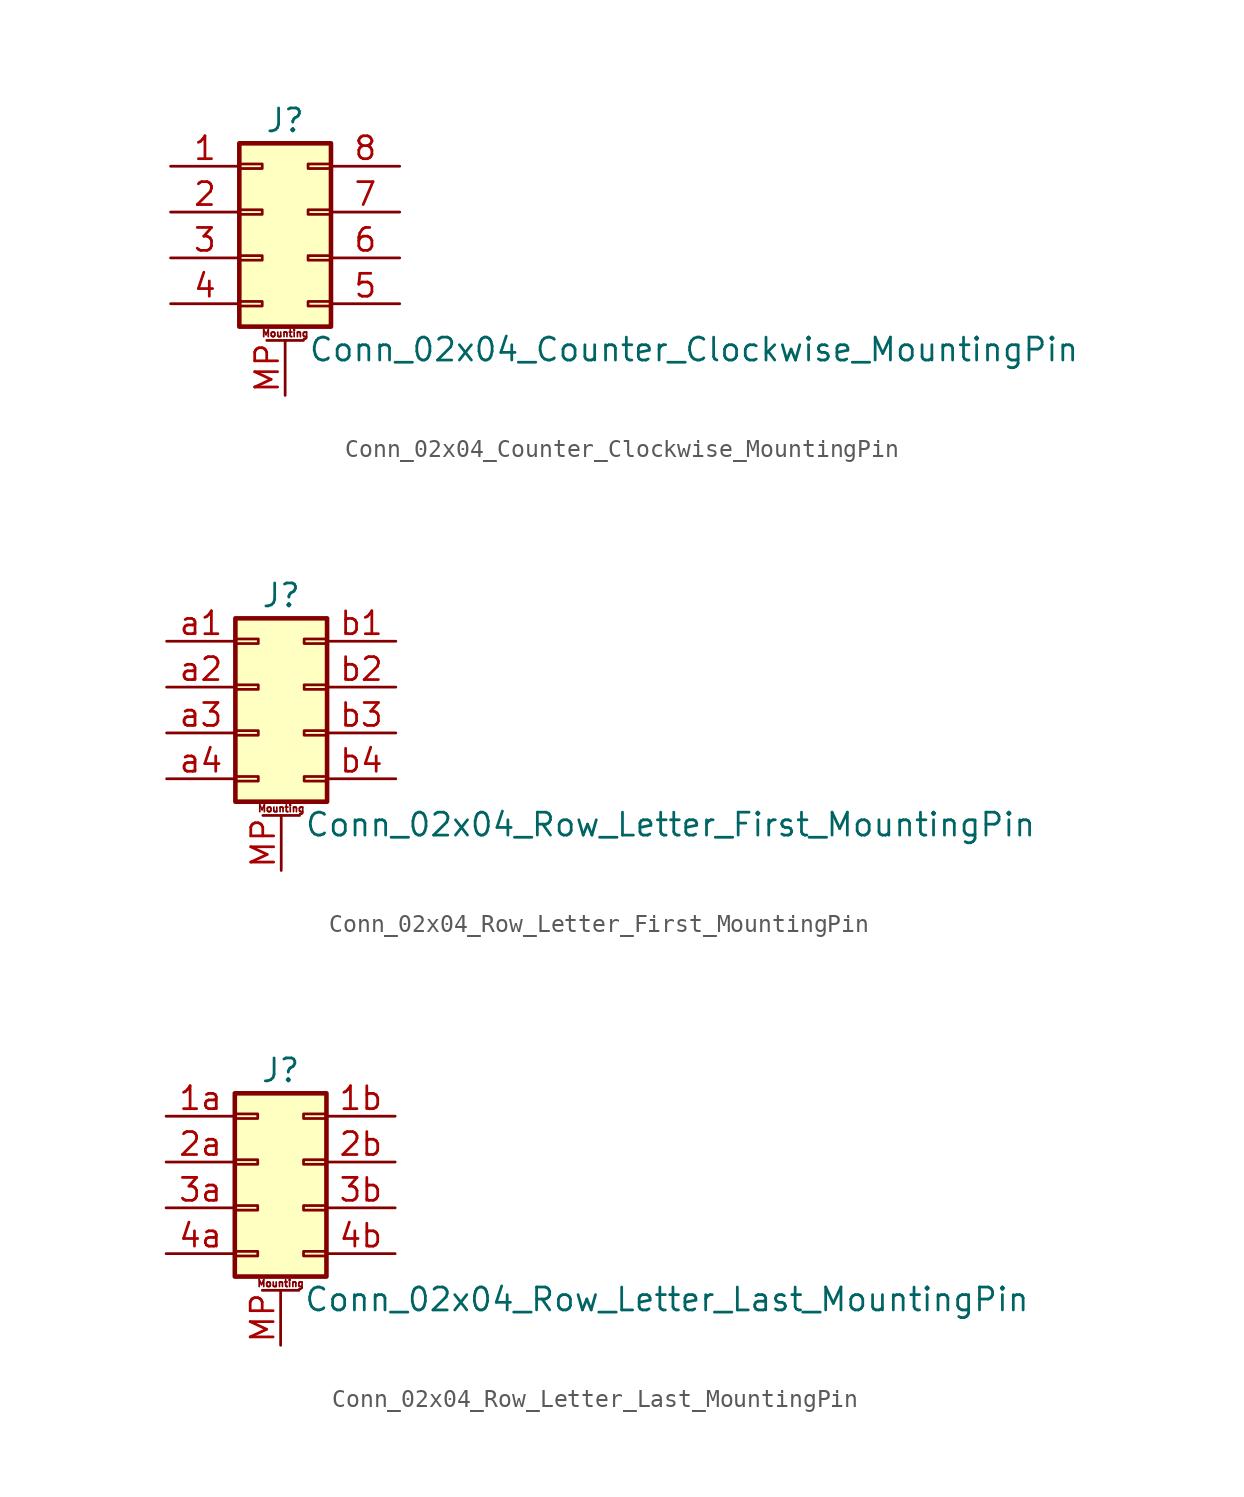
<source format=kicad_sym>
(kicad_symbol_lib
  (version 20211014)
  (generator kicad_symbol_editor)
  (symbol "Conn_02x04_Counter_Clockwise_MountingPin"
    (pin_names
      (offset 1.016) hide)
    (property "Reference" "J"
      (at 1.27 5.08 0)
      (effects (font (size 1.27 1.27))))
    (property "Value" "Conn_02x04_Counter_Clockwise_MountingPin"
      (at 2.54 -7.62 0)
      (effects (font (size 1.27 1.27)) (justify left)))
    (symbol "Conn_02x04_Counter_Clockwise_MountingPin_1_1"
      (rectangle (start -1.27 -4.953) (end 0 -5.207) (stroke (width 0.152) (type default) (color 0 0 0 0)) (fill (type none)))
      (rectangle (start -1.27 -2.413) (end 0 -2.667) (stroke (width 0.152) (type default) (color 0 0 0 0)) (fill (type none)))
      (rectangle (start -1.27 0.127) (end 0 -0.127) (stroke (width 0.152) (type default) (color 0 0 0 0)) (fill (type none)))
      (rectangle (start -1.27 2.667) (end 0 2.413) (stroke (width 0.152) (type default) (color 0 0 0 0)) (fill (type none)))
      (rectangle (start -1.27 3.81) (end 3.81 -6.35) (stroke (width 0.254) (type default) (color 0 0 0 0)) (fill (type background)))
      (polyline (pts (xy 0.254 -7.112) (xy 2.286 -7.112)) (stroke (width 0.152) (type default) (color 0 0 0 0)) (fill (type none)))
      (rectangle (start 3.81 -4.953) (end 2.54 -5.207) (stroke (width 0.152) (type default) (color 0 0 0 0)) (fill (type none)))
      (rectangle (start 3.81 -2.413) (end 2.54 -2.667) (stroke (width 0.152) (type default) (color 0 0 0 0)) (fill (type none)))
      (rectangle (start 3.81 0.127) (end 2.54 -0.127) (stroke (width 0.152) (type default) (color 0 0 0 0)) (fill (type none)))
      (rectangle (start 3.81 2.667) (end 2.54 2.413) (stroke (width 0.152) (type default) (color 0 0 0 0)) (fill (type none)))
      (text "Mounting" (at 1.27 -6.731 0) (effects (font (size 0.381 0.381))))
      (pin passive line (at -5.08 2.54 0) (length 3.81) (name "Pin_1" (effects (font (size 1.27 1.27)))) (number "1" (effects (font (size 1.27 1.27)))))
      (pin passive line (at -5.08 0 0) (length 3.81) (name "Pin_2" (effects (font (size 1.27 1.27)))) (number "2" (effects (font (size 1.27 1.27)))))
      (pin passive line (at -5.08 -2.54 0) (length 3.81) (name "Pin_3" (effects (font (size 1.27 1.27)))) (number "3" (effects (font (size 1.27 1.27)))))
      (pin passive line (at -5.08 -5.08 0) (length 3.81) (name "Pin_4" (effects (font (size 1.27 1.27)))) (number "4" (effects (font (size 1.27 1.27)))))
      (pin passive line (at 7.62 -5.08 180) (length 3.81) (name "Pin_5" (effects (font (size 1.27 1.27)))) (number "5" (effects (font (size 1.27 1.27)))))
      (pin passive line (at 7.62 -2.54 180) (length 3.81) (name "Pin_6" (effects (font (size 1.27 1.27)))) (number "6" (effects (font (size 1.27 1.27)))))
      (pin passive line (at 7.62 0 180) (length 3.81) (name "Pin_7" (effects (font (size 1.27 1.27)))) (number "7" (effects (font (size 1.27 1.27)))))
      (pin passive line (at 7.62 2.54 180) (length 3.81) (name "Pin_8" (effects (font (size 1.27 1.27)))) (number "8" (effects (font (size 1.27 1.27)))))
      (pin passive line (at 1.27 -10.16 90) (length 3.048) (name "MountPin" (effects (font (size 1.27 1.27)))) (number "MP" (effects (font (size 1.27 1.27)))))))
  (symbol "Conn_02x04_Row_Letter_First_MountingPin"
    (pin_names
      (offset 1.016) hide)
    (property "Reference" "J"
      (at 1.27 5.08 0)
      (effects (font (size 1.27 1.27))))
    (property "Value" "Conn_02x04_Row_Letter_First_MountingPin"
      (at 2.54 -7.62 0)
      (effects (font (size 1.27 1.27)) (justify left)))
    (symbol "Conn_02x04_Row_Letter_First_MountingPin_1_1"
      (rectangle (start -1.27 -4.953) (end 0 -5.207) (stroke (width 0.152) (type default) (color 0 0 0 0)) (fill (type none)))
      (rectangle (start -1.27 -2.413) (end 0 -2.667) (stroke (width 0.152) (type default) (color 0 0 0 0)) (fill (type none)))
      (rectangle (start -1.27 0.127) (end 0 -0.127) (stroke (width 0.152) (type default) (color 0 0 0 0)) (fill (type none)))
      (rectangle (start -1.27 2.667) (end 0 2.413) (stroke (width 0.152) (type default) (color 0 0 0 0)) (fill (type none)))
      (rectangle (start -1.27 3.81) (end 3.81 -6.35) (stroke (width 0.254) (type default) (color 0 0 0 0)) (fill (type background)))
      (polyline (pts (xy 0.254 -7.112) (xy 2.286 -7.112)) (stroke (width 0.152) (type default) (color 0 0 0 0)) (fill (type none)))
      (rectangle (start 3.81 -4.953) (end 2.54 -5.207) (stroke (width 0.152) (type default) (color 0 0 0 0)) (fill (type none)))
      (rectangle (start 3.81 -2.413) (end 2.54 -2.667) (stroke (width 0.152) (type default) (color 0 0 0 0)) (fill (type none)))
      (rectangle (start 3.81 0.127) (end 2.54 -0.127) (stroke (width 0.152) (type default) (color 0 0 0 0)) (fill (type none)))
      (rectangle (start 3.81 2.667) (end 2.54 2.413) (stroke (width 0.152) (type default) (color 0 0 0 0)) (fill (type none)))
      (text "Mounting" (at 1.27 -6.731 0) (effects (font (size 0.381 0.381))))
      (pin passive line (at 1.27 -10.16 90) (length 3.048) (name "MountPin" (effects (font (size 1.27 1.27)))) (number "MP" (effects (font (size 1.27 1.27)))))
      (pin passive line (at -5.08 2.54 0) (length 3.81) (name "Pin_a1" (effects (font (size 1.27 1.27)))) (number "a1" (effects (font (size 1.27 1.27)))))
      (pin passive line (at -5.08 0 0) (length 3.81) (name "Pin_a2" (effects (font (size 1.27 1.27)))) (number "a2" (effects (font (size 1.27 1.27)))))
      (pin passive line (at -5.08 -2.54 0) (length 3.81) (name "Pin_a3" (effects (font (size 1.27 1.27)))) (number "a3" (effects (font (size 1.27 1.27)))))
      (pin passive line (at -5.08 -5.08 0) (length 3.81) (name "Pin_a4" (effects (font (size 1.27 1.27)))) (number "a4" (effects (font (size 1.27 1.27)))))
      (pin passive line (at 7.62 2.54 180) (length 3.81) (name "Pin_b1" (effects (font (size 1.27 1.27)))) (number "b1" (effects (font (size 1.27 1.27)))))
      (pin passive line (at 7.62 0 180) (length 3.81) (name "Pin_b2" (effects (font (size 1.27 1.27)))) (number "b2" (effects (font (size 1.27 1.27)))))
      (pin passive line (at 7.62 -2.54 180) (length 3.81) (name "Pin_b3" (effects (font (size 1.27 1.27)))) (number "b3" (effects (font (size 1.27 1.27)))))
      (pin passive line (at 7.62 -5.08 180) (length 3.81) (name "Pin_b4" (effects (font (size 1.27 1.27)))) (number "b4" (effects (font (size 1.27 1.27)))))))
  (symbol "Conn_02x04_Row_Letter_Last_MountingPin"
    (pin_names
      (offset 1.016) hide)
    (property "Reference" "J"
      (at 1.27 5.08 0)
      (effects (font (size 1.27 1.27))))
    (property "Value" "Conn_02x04_Row_Letter_Last_MountingPin"
      (at 2.54 -7.62 0)
      (effects (font (size 1.27 1.27)) (justify left)))
    (symbol "Conn_02x04_Row_Letter_Last_MountingPin_1_1"
      (rectangle (start -1.27 -4.953) (end 0 -5.207) (stroke (width 0.152) (type default) (color 0 0 0 0)) (fill (type none)))
      (rectangle (start -1.27 -2.413) (end 0 -2.667) (stroke (width 0.152) (type default) (color 0 0 0 0)) (fill (type none)))
      (rectangle (start -1.27 0.127) (end 0 -0.127) (stroke (width 0.152) (type default) (color 0 0 0 0)) (fill (type none)))
      (rectangle (start -1.27 2.667) (end 0 2.413) (stroke (width 0.152) (type default) (color 0 0 0 0)) (fill (type none)))
      (rectangle (start -1.27 3.81) (end 3.81 -6.35) (stroke (width 0.254) (type default) (color 0 0 0 0)) (fill (type background)))
      (polyline (pts (xy 0.254 -7.112) (xy 2.286 -7.112)) (stroke (width 0.152) (type default) (color 0 0 0 0)) (fill (type none)))
      (rectangle (start 3.81 -4.953) (end 2.54 -5.207) (stroke (width 0.152) (type default) (color 0 0 0 0)) (fill (type none)))
      (rectangle (start 3.81 -2.413) (end 2.54 -2.667) (stroke (width 0.152) (type default) (color 0 0 0 0)) (fill (type none)))
      (rectangle (start 3.81 0.127) (end 2.54 -0.127) (stroke (width 0.152) (type default) (color 0 0 0 0)) (fill (type none)))
      (rectangle (start 3.81 2.667) (end 2.54 2.413) (stroke (width 0.152) (type default) (color 0 0 0 0)) (fill (type none)))
      (text "Mounting" (at 1.27 -6.731 0) (effects (font (size 0.381 0.381))))
      (pin passive line (at -5.08 2.54 0) (length 3.81) (name "Pin_1a" (effects (font (size 1.27 1.27)))) (number "1a" (effects (font (size 1.27 1.27)))))
      (pin passive line (at 7.62 2.54 180) (length 3.81) (name "Pin_1b" (effects (font (size 1.27 1.27)))) (number "1b" (effects (font (size 1.27 1.27)))))
      (pin passive line (at -5.08 0 0) (length 3.81) (name "Pin_2a" (effects (font (size 1.27 1.27)))) (number "2a" (effects (font (size 1.27 1.27)))))
      (pin passive line (at 7.62 0 180) (length 3.81) (name "Pin_2b" (effects (font (size 1.27 1.27)))) (number "2b" (effects (font (size 1.27 1.27)))))
      (pin passive line (at -5.08 -2.54 0) (length 3.81) (name "Pin_3a" (effects (font (size 1.27 1.27)))) (number "3a" (effects (font (size 1.27 1.27)))))
      (pin passive line (at 7.62 -2.54 180) (length 3.81) (name "Pin_3b" (effects (font (size 1.27 1.27)))) (number "3b" (effects (font (size 1.27 1.27)))))
      (pin passive line (at -5.08 -5.08 0) (length 3.81) (name "Pin_4a" (effects (font (size 1.27 1.27)))) (number "4a" (effects (font (size 1.27 1.27)))))
      (pin passive line (at 7.62 -5.08 180) (length 3.81) (name "Pin_4b" (effects (font (size 1.27 1.27)))) (number "4b" (effects (font (size 1.27 1.27)))))
      (pin passive line (at 1.27 -10.16 90) (length 3.048) (name "MountPin" (effects (font (size 1.27 1.27)))) (number "MP" (effects (font (size 1.27 1.27))))))))
</source>
